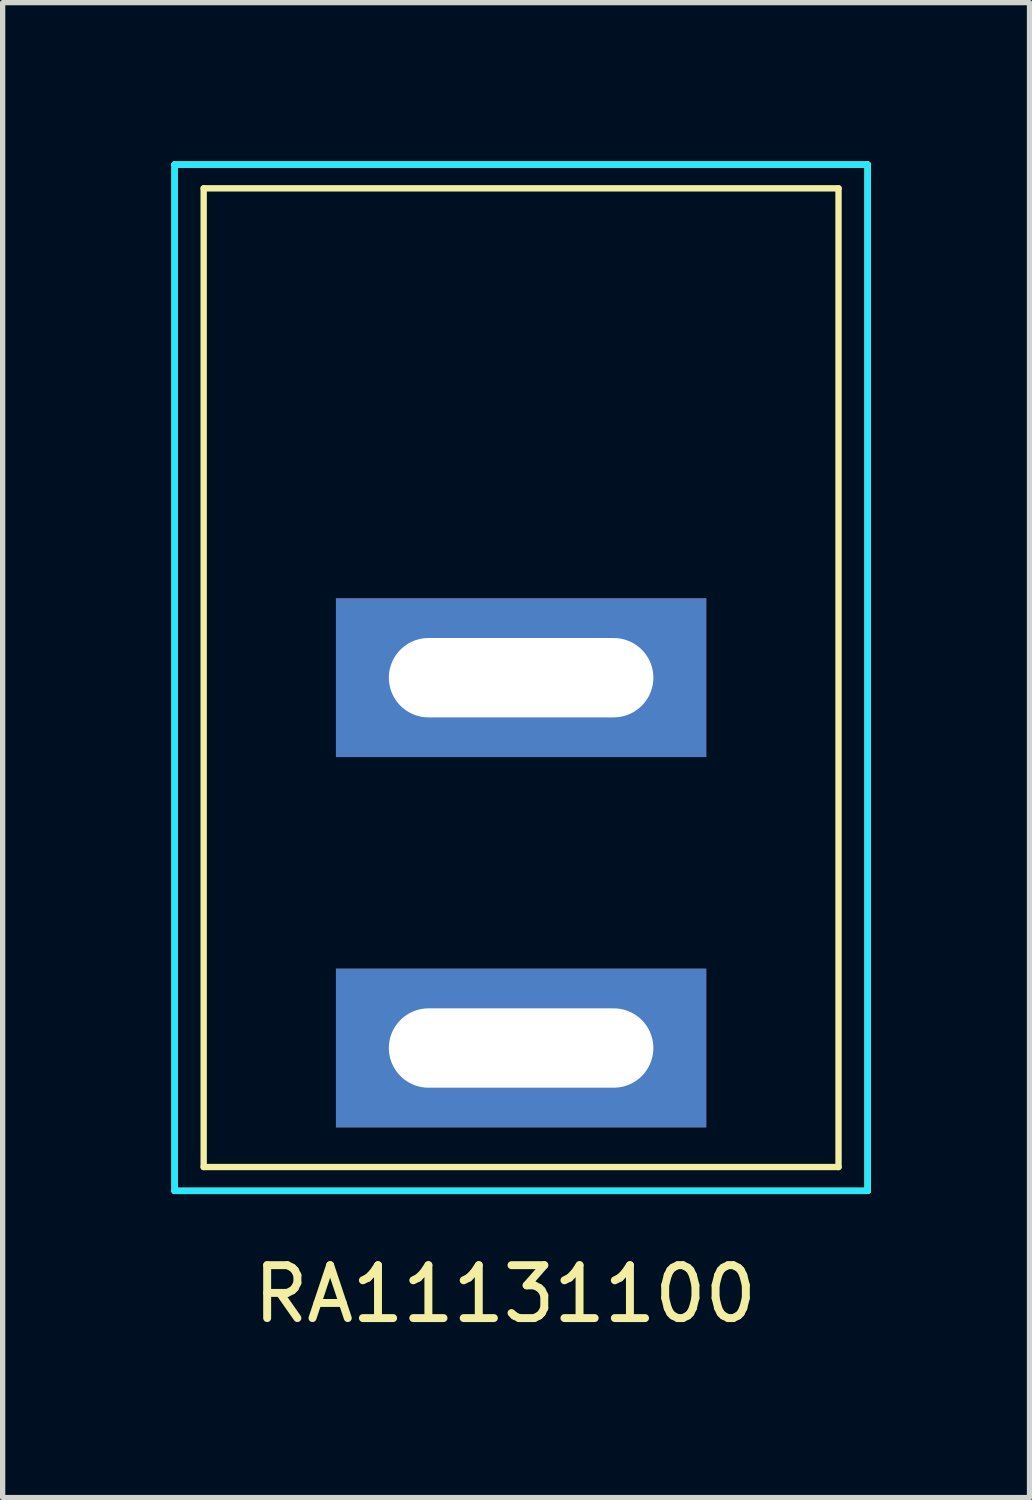
<source format=kicad_pcb>
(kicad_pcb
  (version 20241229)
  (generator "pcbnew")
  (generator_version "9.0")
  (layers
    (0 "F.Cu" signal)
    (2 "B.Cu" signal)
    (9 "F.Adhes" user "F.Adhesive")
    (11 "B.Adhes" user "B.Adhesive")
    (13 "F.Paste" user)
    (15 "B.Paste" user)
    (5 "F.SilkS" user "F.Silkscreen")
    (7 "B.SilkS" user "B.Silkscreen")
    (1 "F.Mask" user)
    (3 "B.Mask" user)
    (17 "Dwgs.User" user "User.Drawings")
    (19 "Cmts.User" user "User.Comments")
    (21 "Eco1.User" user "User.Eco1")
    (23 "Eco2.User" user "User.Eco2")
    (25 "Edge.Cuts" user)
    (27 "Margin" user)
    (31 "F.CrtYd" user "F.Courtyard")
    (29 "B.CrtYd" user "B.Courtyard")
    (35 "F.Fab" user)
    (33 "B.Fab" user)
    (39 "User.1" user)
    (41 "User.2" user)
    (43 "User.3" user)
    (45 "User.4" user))
  (footprint "RA11131100"
    (layer "F.Cu")
    (at 0.25 19.46)
    (property "Reference" "RA11131100" (at 6.25 1.95 0) (layer "F.SilkS") (effects (font (size 1 1) (thickness 0.15))))
    (attr through_hole)
    (fp_line (start 0 -19.4) (end 13.1 -19.4) (stroke (width 0.12) (type solid)) (layer "F.SilkS"))
    (fp_line (start 0 0) (end 0 -19.4) (stroke (width 0.12) (type solid)) (layer "F.SilkS"))
    (fp_line (start 0.55 -18.95) (end 12.55 -18.95) (stroke (width 0.12) (type solid)) (layer "F.SilkS"))
    (fp_line (start 0.55 -0.45) (end 0.55 -18.95) (stroke (width 0.12) (type solid)) (layer "F.SilkS"))
    (fp_line (start 0.55 -0.45) (end 12.55 -0.45) (stroke (width 0.12) (type solid)) (layer "F.SilkS"))
    (fp_line (start 12.55 -0.45) (end 12.55 -18.95) (stroke (width 0.12) (type solid)) (layer "F.SilkS"))
    (fp_line (start 13.1 -19.4) (end 13.1 0) (stroke (width 0.12) (type solid)) (layer "F.SilkS"))
    (fp_line (start 13.1 0) (end 0 0) (stroke (width 0.12) (type solid)) (layer "F.SilkS"))
    (fp_line (start 0 -19.4) (end 13.1 -19.4) (stroke (width 0.12) (type solid)) (layer "B.CrtYd"))
    (fp_line (start 0 0) (end 0 -19.4) (stroke (width 0.12) (type solid)) (layer "B.CrtYd"))
    (fp_line (start 0 0) (end 13.1 0) (stroke (width 0.12) (type solid)) (layer "B.CrtYd"))
    (fp_line (start 13.1 0) (end 13.1 -19.4) (stroke (width 0.12) (type solid)) (layer "B.CrtYd"))
    (pad "1" thru_hole custom (at 6.55 -2.7) (size 7 3) (drill oval 5 1.5) (layers "*.Cu" "*.Mask") (options (anchor rect)) (primitives))
    (pad "2" thru_hole custom (at 6.55 -9.7) (size 7 3) (drill oval 5 1.5) (layers "*.Cu" "*.Mask") (options (anchor rect)) (primitives)))
  (gr_rect
    (start -3 -3)
    (end 16.41 25.258)
    (stroke (width 0.1) (type default))
    (fill no)
    (layer "Edge.Cuts")))
</source>
